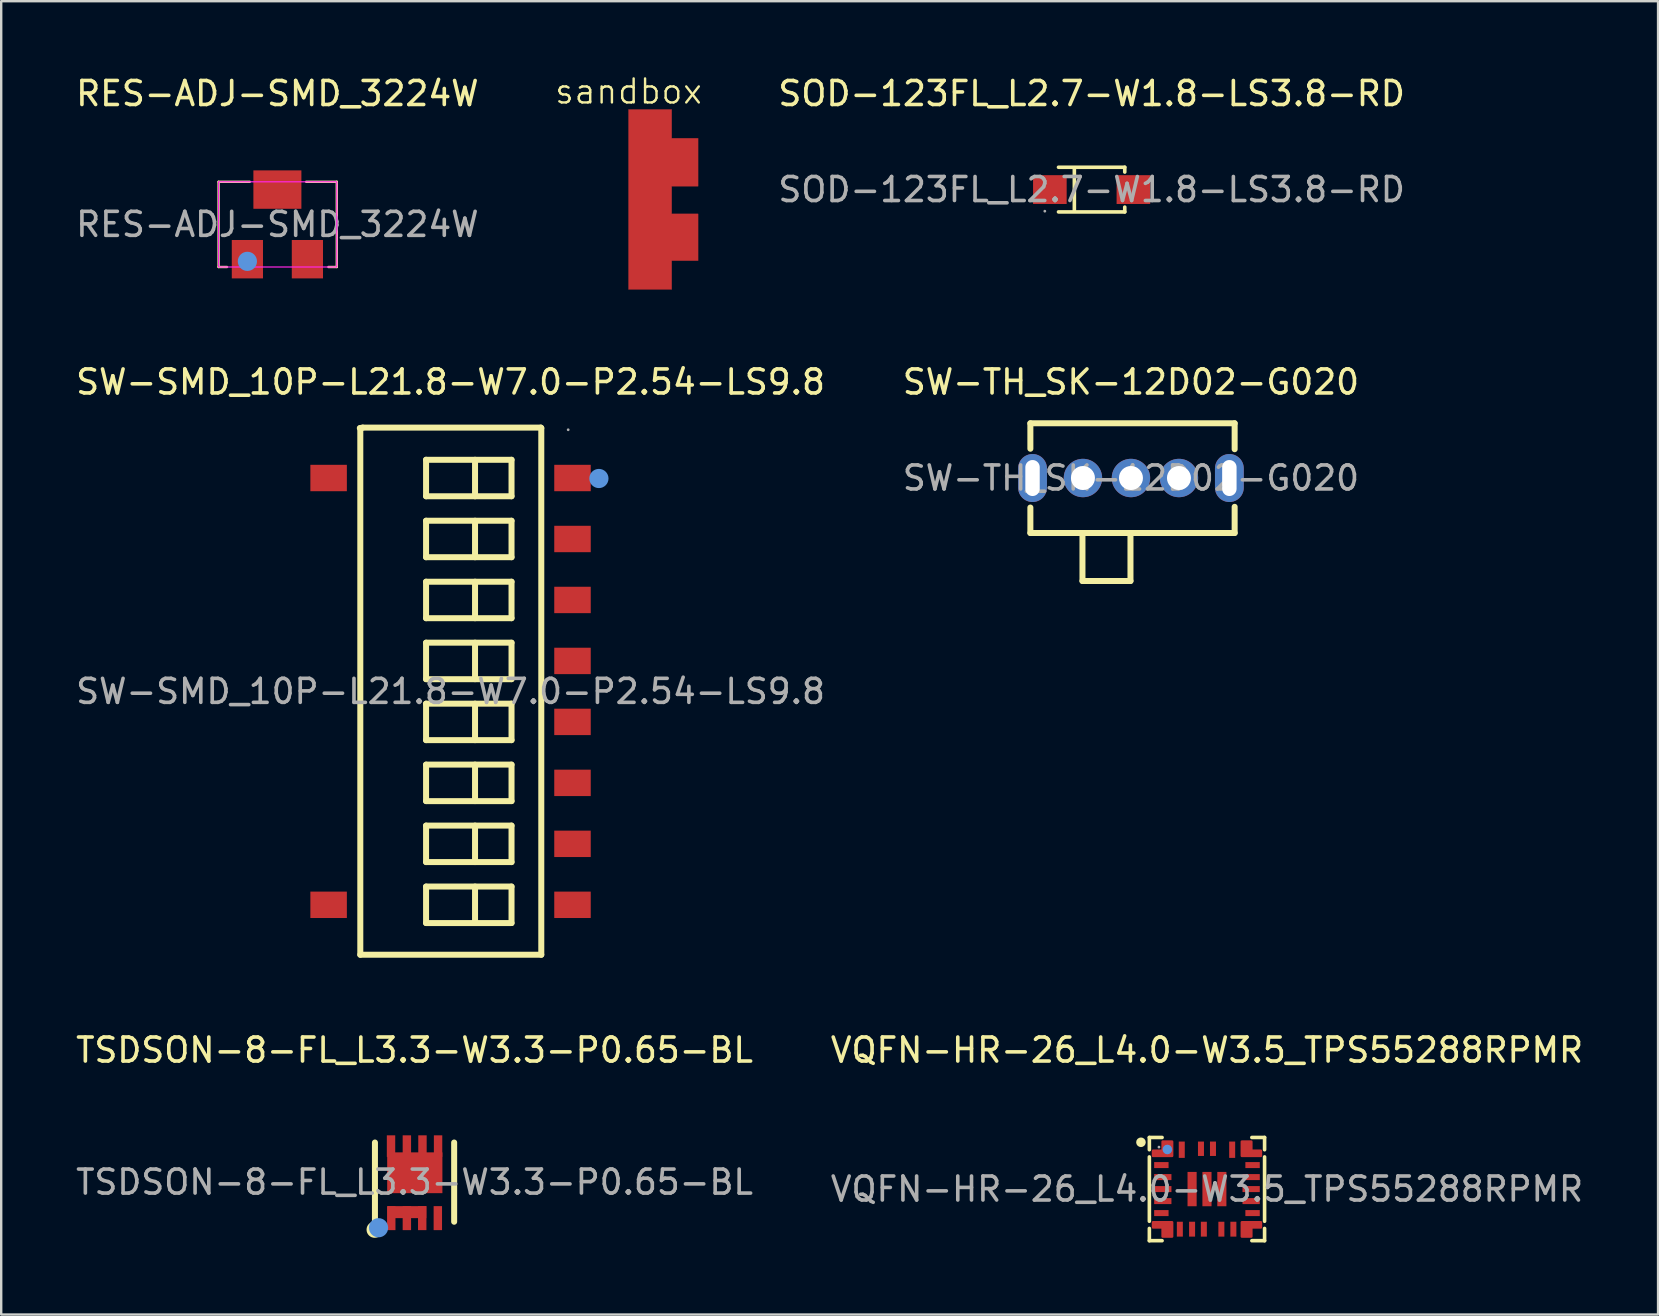
<source format=kicad_pcb>
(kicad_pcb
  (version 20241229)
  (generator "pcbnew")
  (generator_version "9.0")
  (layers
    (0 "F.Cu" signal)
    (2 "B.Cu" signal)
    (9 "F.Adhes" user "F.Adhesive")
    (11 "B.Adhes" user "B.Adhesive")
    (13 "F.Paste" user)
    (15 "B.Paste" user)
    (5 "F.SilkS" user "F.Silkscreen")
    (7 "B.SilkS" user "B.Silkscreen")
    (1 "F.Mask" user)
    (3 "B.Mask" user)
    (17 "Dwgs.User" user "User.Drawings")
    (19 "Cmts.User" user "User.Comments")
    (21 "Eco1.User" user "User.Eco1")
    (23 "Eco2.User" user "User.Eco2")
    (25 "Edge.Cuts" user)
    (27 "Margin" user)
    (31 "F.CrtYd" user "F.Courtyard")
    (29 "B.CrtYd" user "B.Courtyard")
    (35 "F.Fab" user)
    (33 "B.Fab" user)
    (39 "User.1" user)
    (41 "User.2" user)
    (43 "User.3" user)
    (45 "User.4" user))
  (footprint "VQFN-HR-26_L4.0-W3.5_TPS55288RPMR"
    (layer "F.Cu")
    (at 47.232 46.487)
    (property "Reference" "VQFN-HR-26_L4.0-W3.5_TPS55288RPMR" (at 0 -5.79 0) (layer "F.SilkS") (effects (font (size 1 1) (thickness 0.15))))
    (attr smd)
    (fp_line (start -2.4 -2.15) (end -2.4 -1.64) (stroke (width 0.15) (type solid)) (layer "F.SilkS"))
    (fp_line (start -2.4 -1.34) (end -2.4 1.34) (stroke (width 0.15) (type solid)) (layer "F.SilkS"))
    (fp_line (start -2.4 1.64) (end -2.4 2.15) (stroke (width 0.15) (type solid)) (layer "F.SilkS"))
    (fp_line (start -2.4 2.15) (end -1.87 2.15) (stroke (width 0.15) (type solid)) (layer "F.SilkS"))
    (fp_line (start -1.87 -2.15) (end -2.4 -2.15) (stroke (width 0.15) (type solid)) (layer "F.SilkS"))
    (fp_line (start 1.87 2.15) (end 2.4 2.15) (stroke (width 0.15) (type solid)) (layer "F.SilkS"))
    (fp_line (start 2.4 -2.15) (end 1.87 -2.15) (stroke (width 0.15) (type solid)) (layer "F.SilkS"))
    (fp_line (start 2.4 -1.64) (end 2.4 -2.15) (stroke (width 0.15) (type solid)) (layer "F.SilkS"))
    (fp_line (start 2.4 1.34) (end 2.4 -1.34) (stroke (width 0.15) (type solid)) (layer "F.SilkS"))
    (fp_line (start 2.4 2.15) (end 2.4 1.64) (stroke (width 0.15) (type solid)) (layer "F.SilkS"))
    (fp_circle (center -2.75 -1.95) (end -2.65 -1.95) (stroke (width 0.2) (type solid)) (fill no) (layer "F.SilkS"))
    (fp_circle (center -1.65 -1.65) (end -1.55 -1.65) (stroke (width 0.2) (type solid)) (fill no) (layer "Cmts.User"))
    (fp_circle (center -2 -1.75) (end -1.97 -1.75) (stroke (width 0.06) (type solid)) (fill no) (layer "F.Fab"))
    (fp_text user "${REFERENCE}" (at 0 0 0) (layer "F.Fab") (effects (font (size 1 1) (thickness 0.15))))
    (pad "1" smd custom (at -1.85 -1.79) (size 0.01 0.01) (layers "F.Cu" "F.Mask" "F.Paste") (options (anchor circle)) (primitives (gr_poly (pts (xy 0.4 0.41) (xy 0.4 -0.19) (xy 0 -0.19) (xy 0 0.19) (xy -0.4 0.19) (xy -0.4 0.41)) (width 0.1) (fill yes))))
    (pad "2" smd rect (at -1.9 -1) (size 0.6 0.25) (layers "F.Cu" "F.Mask" "F.Paste"))
    (pad "3" smd rect (at -1.84 -0.5) (size 0.72 0.25) (layers "F.Cu" "F.Mask" "F.Paste"))
    (pad "4" smd rect (at -1.84 0) (size 0.72 0.25) (layers "F.Cu" "F.Mask" "F.Paste"))
    (pad "5" smd rect (at -1.84 0.5) (size 0.72 0.25) (layers "F.Cu" "F.Mask" "F.Paste"))
    (pad "6" smd rect (at -1.9 1) (size 0.6 0.25) (layers "F.Cu" "F.Mask" "F.Paste"))
    (pad "7" smd custom (at -1.85 1.79) (size 0.01 0.01) (layers "F.Cu" "F.Mask" "F.Paste") (options (anchor circle)) (primitives (gr_poly (pts (xy 0.4 -0.41) (xy 0.4 0.19) (xy 0 0.19) (xy 0 -0.19) (xy -0.4 -0.19) (xy -0.4 -0.41)) (width 0.1) (fill yes))))
    (pad "8" smd rect (at -1.13 1.67) (size 0.25 0.62) (layers "F.Cu" "F.Mask" "F.Paste"))
    (pad "9" smd rect (at -0.62 1.67) (size 0.25 0.62) (layers "F.Cu" "F.Mask" "F.Paste"))
    (pad "10" smd rect (at -0.13 1.67) (size 0.25 0.62) (layers "F.Cu" "F.Mask" "F.Paste"))
    (pad "11" smd rect (at 0.6 1.67) (size 0.25 0.62) (layers "F.Cu" "F.Mask" "F.Paste"))
    (pad "12" smd rect (at 1.1 1.67) (size 0.25 0.62) (layers "F.Cu" "F.Mask" "F.Paste"))
    (pad "13" smd custom (at 1.85 1.79) (size 0.01 0.01) (layers "F.Cu" "F.Mask" "F.Paste") (options (anchor circle)) (primitives (gr_poly (pts (xy -0.4 -0.41) (xy -0.4 0.19) (xy 0 0.19) (xy 0 -0.19) (xy 0.4 -0.19) (xy 0.4 -0.41)) (width 0.1) (fill yes))))
    (pad "14" smd rect (at 1.9 1) (size 0.6 0.25) (layers "F.Cu" "F.Mask" "F.Paste"))
    (pad "15" smd rect (at 1.84 0.5) (size 0.72 0.25) (layers "F.Cu" "F.Mask" "F.Paste"))
    (pad "16" smd rect (at 1.84 0) (size 0.72 0.25) (layers "F.Cu" "F.Mask" "F.Paste"))
    (pad "17" smd rect (at 1.84 -0.5) (size 0.72 0.25) (layers "F.Cu" "F.Mask" "F.Paste"))
    (pad "18" smd rect (at 1.9 -1) (size 0.6 0.25) (layers "F.Cu" "F.Mask" "F.Paste"))
    (pad "19" smd custom (at 1.85 -1.79) (size 0.01 0.01) (layers "F.Cu" "F.Mask" "F.Paste") (options (anchor circle)) (primitives (gr_poly (pts (xy -0.4 0.41) (xy -0.4 -0.19) (xy 0 -0.19) (xy 0 0.19) (xy 0.4 0.19) (xy 0.4 0.41)) (width 0.1) (fill yes))))
    (pad "20" smd rect (at 1.05 -1.64) (size 0.25 0.68) (layers "F.Cu" "F.Mask" "F.Paste"))
    (pad "21" smd rect (at 0.25 -1.68) (size 0.25 0.6) (layers "F.Cu" "F.Mask" "F.Paste"))
    (pad "22" smd rect (at -0.25 -1.68) (size 0.25 0.6) (layers "F.Cu" "F.Mask" "F.Paste"))
    (pad "23" smd rect (at -1.05 -1.64) (size 0.25 0.68) (layers "F.Cu" "F.Mask" "F.Paste"))
    (pad "24" smd rect (at -0.62 0) (size 0.38 1.43) (layers "F.Cu" "F.Mask" "F.Paste"))
    (pad "25" smd rect (at 0 0) (size 0.38 1.43) (layers "F.Cu" "F.Mask" "F.Paste"))
    (pad "26" smd rect (at 0.62 0) (size 0.38 1.43) (layers "F.Cu" "F.Mask" "F.Paste")))
  (footprint "RES-ADJ-SMD_3224W"
    (layer "F.Cu")
    (at 8.506 6.298)
    (property "Reference" "RES-ADJ-SMD_3224W" (at 0 -5.45 0) (layer "F.SilkS") (effects (font (size 1 1) (thickness 0.15))))
    (attr smd)
    (fp_line (start -2.45 -1.775) (end -2.45 1.775) (stroke (width 0.1) (type default)) (layer "F.SilkS"))
    (fp_line (start -2.45 1.775) (end -2.1 1.775) (stroke (width 0.1) (type default)) (layer "F.SilkS"))
    (fp_line (start -1.15 -1.775) (end -2.45 -1.775) (stroke (width 0.1) (type default)) (layer "F.SilkS"))
    (fp_line (start 2.125 1.775) (end 2.475 1.775) (stroke (width 0.1) (type default)) (layer "F.SilkS"))
    (fp_line (start 2.475 -1.775) (end 1.2 -1.775) (stroke (width 0.1) (type default)) (layer "F.SilkS"))
    (fp_line (start 2.475 1.775) (end 2.475 -1.775) (stroke (width 0.1) (type default)) (layer "F.SilkS"))
    (fp_circle (center -1.25 1.54) (end -1.05 1.54) (stroke (width 0.4) (type solid)) (fill no) (layer "Cmts.User"))
    (fp_rect (start -2.45 -1.775) (end 2.475 1.775) (stroke (width 0.05) (type default)) (fill no) (layer "F.CrtYd"))
    (fp_text user "${REFERENCE}" (at 0 0 0) (layer "F.Fab") (effects (font (size 1 1) (thickness 0.15))))
    (pad "1" smd rect (at -1.25 1.45) (size 1.3 1.6) (layers "F.Cu" "F.Mask" "F.Paste"))
    (pad "2" smd rect (at 0 -1.45) (size 2 1.6) (layers "F.Cu" "F.Mask" "F.Paste"))
    (pad "3" smd rect (at 1.25 1.45) (size 1.3 1.6) (layers "F.Cu" "F.Mask" "F.Paste")))
  (footprint "SOD-123FL_L2.7-W1.8-LS3.8-RD"
    (layer "F.Cu")
    (at 42.427 4.848)
    (property "Reference" "SOD-123FL_L2.7-W1.8-LS3.8-RD" (at 0 -4 0) (layer "F.SilkS") (effects (font (size 1 1) (thickness 0.15))))
    (attr through_hole)
    (fp_line (start -1.38 -0.93) (end 1.38 -0.93) (stroke (width 0.15) (type solid)) (layer "F.SilkS"))
    (fp_line (start -1.38 0.93) (end 1.38 0.93) (stroke (width 0.15) (type solid)) (layer "F.SilkS"))
    (fp_line (start -0.72 -0.88) (end -0.72 0.88) (stroke (width 0.15) (type solid)) (layer "F.SilkS"))
    (fp_line (start 1.38 -0.93) (end 1.38 -0.73) (stroke (width 0.15) (type solid)) (layer "F.SilkS"))
    (fp_line (start 1.38 0.93) (end 1.38 0.73) (stroke (width 0.15) (type solid)) (layer "F.SilkS"))
    (fp_circle (center -1.95 0.9) (end -1.92 0.9) (stroke (width 0.06) (type solid)) (fill no) (layer "F.Fab"))
    (fp_text user "${REFERENCE}" (at 0 0 0) (layer "F.Fab") (effects (font (size 1 1) (thickness 0.15))))
    (pad "1" smd rect (at -1.74 0) (size 1.4 1.2) (layers "F.Cu" "F.Mask" "F.Paste"))
    (pad "2" smd rect (at 1.74 0) (size 1.4 1.2) (layers "F.Cu" "F.Mask" "F.Paste")))
  (footprint "sandbox"
    (layer "F.Cu")
    (at 23.133 1.26)
    (property "Reference" "sandbox" (at 0 -0.5 0) (unlocked yes) (layer "F.SilkS") (effects (font (size 1 1) (thickness 0.1))))
    (attr smd)
    (fp_poly (pts (xy 0 0.25) (xy 0 7.75) (xy 1.8 7.75) (xy 1.8 6.55) (xy 2.9 6.55) (xy 2.9 4.6) (xy 1.8 4.6) (xy 1.8 3.45) (xy 2.9 3.45) (xy 2.9 1.45) (xy 1.8 1.45) (xy 1.8 0.25)) (stroke (width 0.01) (type solid)) (fill yes) (layer "F.Cu")))
  (footprint "SW-SMD_10P-L21.8-W7.0-P2.54-LS9.8"
    (layer "F.Cu")
    (at 15.72 25.754)
    (property "Reference" "SW-SMD_10P-L21.8-W7.0-P2.54-LS9.8" (at 0 -12.89 0) (layer "F.SilkS") (effects (font (size 1 1) (thickness 0.15))))
    (attr smd)
    (fp_line (start -3.76 -10.97) (end -3.76 10.97) (stroke (width 0.25) (type solid)) (layer "F.SilkS"))
    (fp_line (start -3.76 10.97) (end 3.78 10.97) (stroke (width 0.25) (type solid)) (layer "F.SilkS"))
    (fp_line (start -3.66 -10.99) (end -3.78 -10.97) (stroke (width 0.25) (type solid)) (layer "F.SilkS"))
    (fp_line (start -1.02 -9.65) (end 2.54 -9.65) (stroke (width 0.25) (type solid)) (layer "F.SilkS"))
    (fp_line (start -1.02 -8.13) (end -1.02 -9.65) (stroke (width 0.25) (type solid)) (layer "F.SilkS"))
    (fp_line (start -1.02 -7.11) (end 2.54 -7.11) (stroke (width 0.25) (type solid)) (layer "F.SilkS"))
    (fp_line (start -1.02 -5.59) (end -1.02 -7.11) (stroke (width 0.25) (type solid)) (layer "F.SilkS"))
    (fp_line (start -1.02 -4.57) (end 2.54 -4.57) (stroke (width 0.25) (type solid)) (layer "F.SilkS"))
    (fp_line (start -1.02 -3.05) (end -1.02 -4.57) (stroke (width 0.25) (type solid)) (layer "F.SilkS"))
    (fp_line (start -1.02 -2.03) (end 2.54 -2.03) (stroke (width 0.25) (type solid)) (layer "F.SilkS"))
    (fp_line (start -1.02 -0.51) (end -1.02 -2.03) (stroke (width 0.25) (type solid)) (layer "F.SilkS"))
    (fp_line (start -1.02 0.51) (end 2.54 0.51) (stroke (width 0.25) (type solid)) (layer "F.SilkS"))
    (fp_line (start -1.02 2.03) (end -1.02 0.51) (stroke (width 0.25) (type solid)) (layer "F.SilkS"))
    (fp_line (start -1.02 3.05) (end 2.54 3.05) (stroke (width 0.25) (type solid)) (layer "F.SilkS"))
    (fp_line (start -1.02 4.57) (end -1.02 3.05) (stroke (width 0.25) (type solid)) (layer "F.SilkS"))
    (fp_line (start -1.02 5.59) (end 2.54 5.59) (stroke (width 0.25) (type solid)) (layer "F.SilkS"))
    (fp_line (start -1.02 7.11) (end -1.02 5.59) (stroke (width 0.25) (type solid)) (layer "F.SilkS"))
    (fp_line (start -1.02 8.13) (end 2.54 8.13) (stroke (width 0.25) (type solid)) (layer "F.SilkS"))
    (fp_line (start -1.02 9.65) (end -1.02 8.13) (stroke (width 0.25) (type solid)) (layer "F.SilkS"))
    (fp_line (start 1.02 -9.65) (end 1.02 -8.13) (stroke (width 0.25) (type solid)) (layer "F.SilkS"))
    (fp_line (start 1.02 -7.11) (end 1.02 -5.59) (stroke (width 0.25) (type solid)) (layer "F.SilkS"))
    (fp_line (start 1.02 -4.57) (end 1.02 -3.05) (stroke (width 0.25) (type solid)) (layer "F.SilkS"))
    (fp_line (start 1.02 -2.03) (end 1.02 -0.51) (stroke (width 0.25) (type solid)) (layer "F.SilkS"))
    (fp_line (start 1.02 0.51) (end 1.02 2.03) (stroke (width 0.25) (type solid)) (layer "F.SilkS"))
    (fp_line (start 1.02 3.05) (end 1.02 4.57) (stroke (width 0.25) (type solid)) (layer "F.SilkS"))
    (fp_line (start 1.02 5.59) (end 1.02 7.11) (stroke (width 0.25) (type solid)) (layer "F.SilkS"))
    (fp_line (start 1.02 8.13) (end 1.02 9.65) (stroke (width 0.25) (type solid)) (layer "F.SilkS"))
    (fp_line (start 2.54 -9.65) (end 2.54 -8.13) (stroke (width 0.25) (type solid)) (layer "F.SilkS"))
    (fp_line (start 2.54 -8.13) (end -1.02 -8.13) (stroke (width 0.25) (type solid)) (layer "F.SilkS"))
    (fp_line (start 2.54 -7.11) (end 2.54 -5.59) (stroke (width 0.25) (type solid)) (layer "F.SilkS"))
    (fp_line (start 2.54 -5.59) (end -1.02 -5.59) (stroke (width 0.25) (type solid)) (layer "F.SilkS"))
    (fp_line (start 2.54 -4.57) (end 2.54 -3.05) (stroke (width 0.25) (type solid)) (layer "F.SilkS"))
    (fp_line (start 2.54 -3.05) (end -1.02 -3.05) (stroke (width 0.25) (type solid)) (layer "F.SilkS"))
    (fp_line (start 2.54 -2.03) (end 2.54 -0.51) (stroke (width 0.25) (type solid)) (layer "F.SilkS"))
    (fp_line (start 2.54 -0.51) (end -1.02 -0.51) (stroke (width 0.25) (type solid)) (layer "F.SilkS"))
    (fp_line (start 2.54 0.51) (end 2.54 2.03) (stroke (width 0.25) (type solid)) (layer "F.SilkS"))
    (fp_line (start 2.54 2.03) (end -1.02 2.03) (stroke (width 0.25) (type solid)) (layer "F.SilkS"))
    (fp_line (start 2.54 3.05) (end 2.54 4.57) (stroke (width 0.25) (type solid)) (layer "F.SilkS"))
    (fp_line (start 2.54 4.57) (end -1.02 4.57) (stroke (width 0.25) (type solid)) (layer "F.SilkS"))
    (fp_line (start 2.54 5.59) (end 2.54 7.11) (stroke (width 0.25) (type solid)) (layer "F.SilkS"))
    (fp_line (start 2.54 7.11) (end -1.02 7.11) (stroke (width 0.25) (type solid)) (layer "F.SilkS"))
    (fp_line (start 2.54 8.13) (end 2.54 9.65) (stroke (width 0.25) (type solid)) (layer "F.SilkS"))
    (fp_line (start 2.54 9.65) (end -1.02 9.65) (stroke (width 0.25) (type solid)) (layer "F.SilkS"))
    (fp_line (start 3.76 -10.99) (end -3.66 -10.99) (stroke (width 0.25) (type solid)) (layer "F.SilkS"))
    (fp_line (start 3.78 -10.97) (end 3.76 -10.99) (stroke (width 0.25) (type solid)) (layer "F.SilkS"))
    (fp_line (start 3.78 10.97) (end 3.78 -10.97) (stroke (width 0.25) (type solid)) (layer "F.SilkS"))
    (fp_circle (center 6.18 -8.87) (end 6.38 -8.87) (stroke (width 0.4) (type solid)) (fill no) (layer "Cmts.User"))
    (fp_circle (center 4.9 -10.9) (end 4.93 -10.9) (stroke (width 0.06) (type solid)) (fill no) (layer "F.Fab"))
    (fp_text user "${REFERENCE}" (at 0 0 0) (layer "F.Fab") (effects (font (size 1 1) (thickness 0.15))))
    (pad "1" smd rect (at 5.08 -8.89 90) (size 1.1 1.52) (layers "F.Cu" "F.Mask" "F.Paste"))
    (pad "2" smd rect (at 5.08 -6.35 90) (size 1.1 1.52) (layers "F.Cu" "F.Mask" "F.Paste"))
    (pad "3" smd rect (at 5.08 -3.81 90) (size 1.1 1.52) (layers "F.Cu" "F.Mask" "F.Paste"))
    (pad "4" smd rect (at 5.08 -1.27 90) (size 1.1 1.52) (layers "F.Cu" "F.Mask" "F.Paste"))
    (pad "5" smd rect (at 5.08 1.27 90) (size 1.1 1.52) (layers "F.Cu" "F.Mask" "F.Paste"))
    (pad "6" smd rect (at 5.08 3.81 90) (size 1.1 1.52) (layers "F.Cu" "F.Mask" "F.Paste"))
    (pad "7" smd rect (at 5.08 6.35 90) (size 1.1 1.52) (layers "F.Cu" "F.Mask" "F.Paste"))
    (pad "8" smd rect (at 5.08 8.89 90) (size 1.1 1.52) (layers "F.Cu" "F.Mask" "F.Paste"))
    (pad "9" smd rect (at -5.08 8.89 90) (size 1.1 1.52) (layers "F.Cu" "F.Mask" "F.Paste"))
    (pad "10" smd rect (at -5.08 -8.89 90) (size 1.1 1.52) (layers "F.Cu" "F.Mask" "F.Paste")))
  (footprint "SW-TH_SK-12D02-G020"
    (layer "F.Cu")
    (at 44.065 16.864)
    (property "Reference" "SW-TH_SK-12D02-G020" (at 0 -4 0) (layer "F.SilkS") (effects (font (size 1 1) (thickness 0.15))))
    (attr through_hole)
    (fp_line (start -4.19 -2.28) (end 4.32 -2.28) (stroke (width 0.25) (type solid)) (layer "F.SilkS"))
    (fp_line (start -4.19 -1.22) (end -4.19 -2.28) (stroke (width 0.25) (type solid)) (layer "F.SilkS"))
    (fp_line (start -4.19 2.29) (end -4.19 1.23) (stroke (width 0.25) (type solid)) (layer "F.SilkS"))
    (fp_line (start -2.02 4.29) (end -2.02 2.29) (stroke (width 0.25) (type solid)) (layer "F.SilkS"))
    (fp_line (start -2.02 4.29) (end -0.02 4.29) (stroke (width 0.25) (type solid)) (layer "F.SilkS"))
    (fp_line (start -0.02 4.29) (end -0.02 2.29) (stroke (width 0.25) (type solid)) (layer "F.SilkS"))
    (fp_line (start 4.32 -2.28) (end 4.32 -1.2) (stroke (width 0.25) (type solid)) (layer "F.SilkS"))
    (fp_line (start 4.32 1.2) (end 4.32 2.29) (stroke (width 0.25) (type solid)) (layer "F.SilkS"))
    (fp_line (start 4.32 2.29) (end -4.19 2.29) (stroke (width 0.25) (type solid)) (layer "F.SilkS"))
    (fp_text user "${REFERENCE}" (at 0 0 0) (layer "F.Fab") (effects (font (size 1 1) (thickness 0.15))))
    (pad "1" thru_hole circle (at -2 0) (size 1.6 1.6) (drill 1) (layers "*.Cu" "*.Mask"))
    (pad "2" thru_hole circle (at 0 0) (size 1.6 1.6) (drill 1) (layers "*.Cu" "*.Mask"))
    (pad "3" thru_hole circle (at 2 0) (size 1.6 1.6) (drill 1) (layers "*.Cu" "*.Mask"))
    (pad "4" thru_hole oval (at -4.1 0) (size 1.2 2) (drill oval 0.6 1.5) (layers "*.Cu" "*.Mask"))
    (pad "5" thru_hole oval (at 4.1 0) (size 1.2 2) (drill oval 0.6 1.5) (layers "*.Cu" "*.Mask")))
  (footprint "TSDSON-8-FL_L3.3-W3.3-P0.65-BL"
    (layer "F.Cu")
    (at 14.22 46.197)
    (property "Reference" "TSDSON-8-FL_L3.3-W3.3-P0.65-BL" (at 0 -5.5 0) (layer "F.SilkS") (effects (font (size 1 1) (thickness 0.15))))
    (attr smd)
    (fp_line (start -1.65 1.65) (end -1.65 -1.65) (stroke (width 0.25) (type solid)) (layer "F.SilkS"))
    (fp_line (start 1.65 1.65) (end 1.65 -1.65) (stroke (width 0.25) (type solid)) (layer "F.SilkS"))
    (fp_circle (center -1.66 1.98) (end -1.57 1.98) (stroke (width 0.25) (type solid)) (fill no) (layer "F.SilkS"))
    (fp_circle (center -1.5 1.9) (end -1.3 1.9) (stroke (width 0.4) (type solid)) (fill no) (layer "Cmts.User"))
    (fp_circle (center -1.65 1.71) (end -1.62 1.71) (stroke (width 0.06) (type solid)) (fill no) (layer "F.Fab"))
    (fp_text user "${REFERENCE}" (at 0 0 0) (layer "F.Fab") (effects (font (size 1 1) (thickness 0.15))))
    (pad "1" smd rect (at -0.97 1.5 180) (size 0.35 1) (layers "F.Cu" "F.Mask" "F.Paste"))
    (pad "2" smd rect (at -0.32 1.5 180) (size 0.35 1) (layers "F.Cu" "F.Mask" "F.Paste"))
    (pad "3" smd rect (at -0.31 1.25 270) (size 0.5 1.6) (layers "F.Cu" "F.Mask" "F.Paste"))
    (pad "3" smd rect (at 0.32 1.5 180) (size 0.35 1) (layers "F.Cu" "F.Mask" "F.Paste"))
    (pad "4" smd rect (at 0.97 1.5 180) (size 0.35 1) (layers "F.Cu" "F.Mask" "F.Paste"))
    (pad "5" smd rect (at 0.98 -1.5 180) (size 0.35 0.9) (layers "F.Cu" "F.Mask" "F.Paste"))
    (pad "6" smd rect (at 0.33 -1.5 180) (size 0.35 0.9) (layers "F.Cu" "F.Mask" "F.Paste"))
    (pad "7" smd rect (at -0.32 -1.5 180) (size 0.35 0.9) (layers "F.Cu" "F.Mask" "F.Paste"))
    (pad "8" smd rect (at -0.98 -1.5 180) (size 0.35 0.9) (layers "F.Cu" "F.Mask" "F.Paste"))
    (pad "8" smd rect (at 0.01 -0.39 270) (size 1.7 2.3) (layers "F.Cu" "F.Mask" "F.Paste")))
  (gr_rect
    (start -3 -3)
    (end 66.024 51.712)
    (stroke (width 0.1) (type default))
    (fill no)
    (layer "Edge.Cuts")))
</source>
